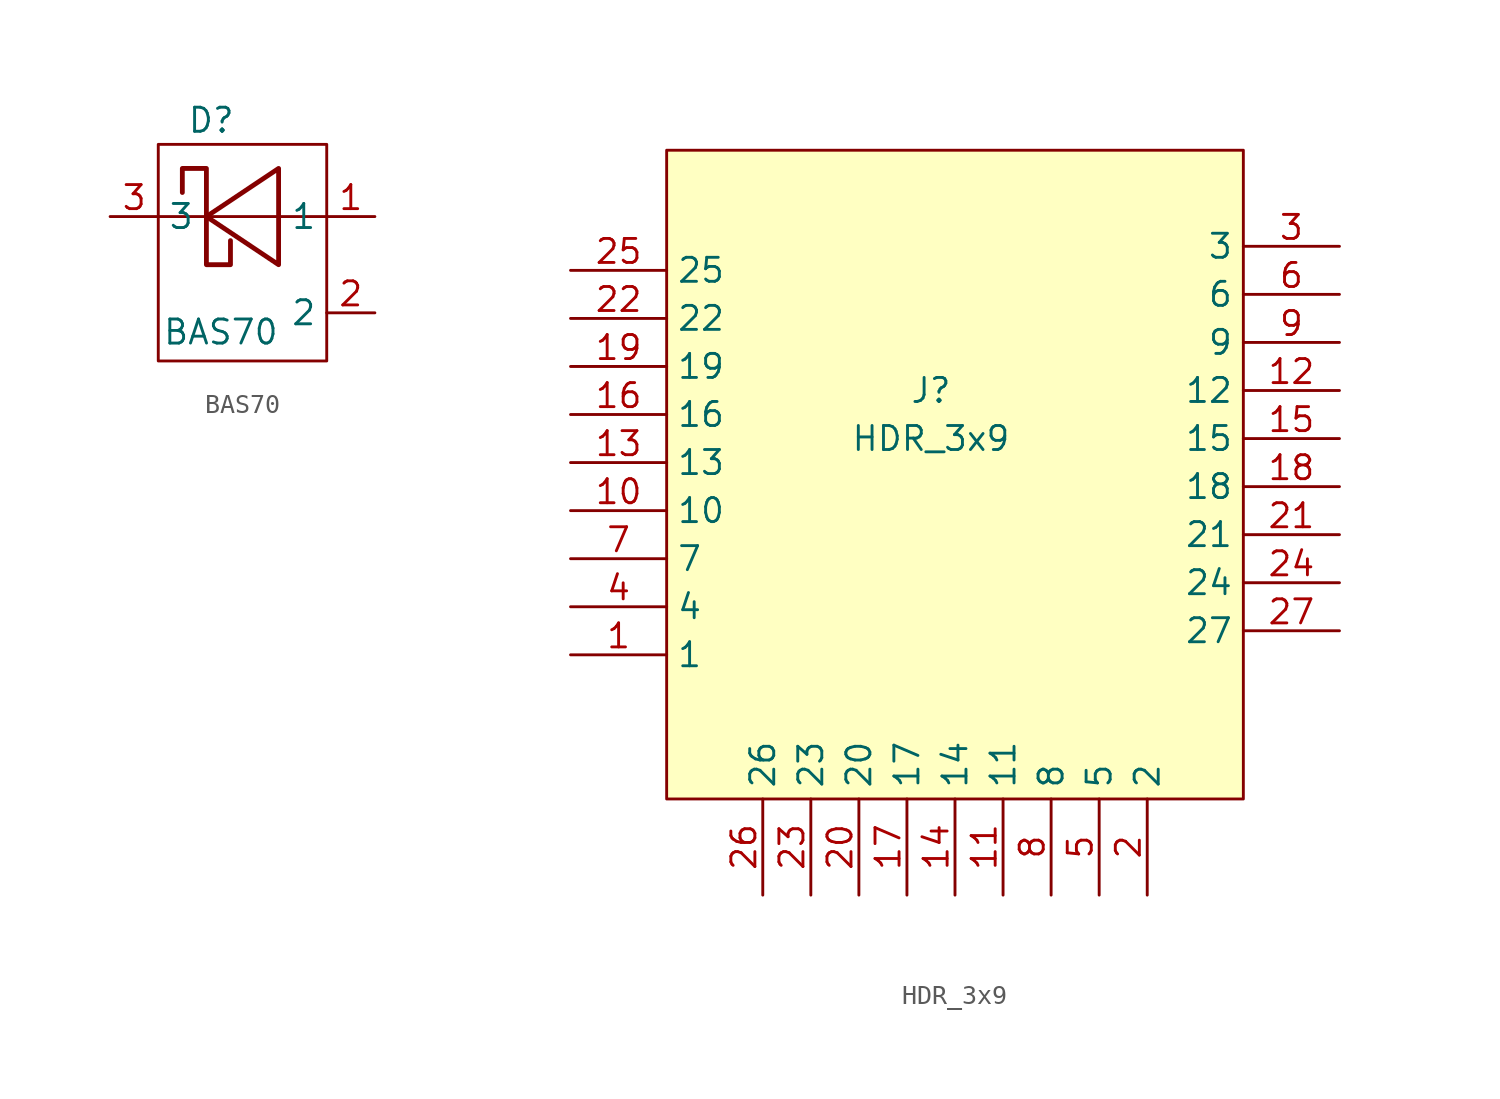
<source format=kicad_sym>
(kicad_symbol_lib
  (version 20231120)
  (generator "kicad_symbol_editor")
  (generator_version "8.0")
  (symbol "BAS70"
    (property "Reference" "D"
      (at 0.254 6.35 0)
      (effects (font (size 1.27 1.27))))
    (property "Value" "BAS70"
      (at 0.762 -4.826 0)
      (effects (font (size 1.27 1.27))))
    (symbol "BAS70_0_1"
      (rectangle (start -2.54 5.08) (end 6.35 -6.35) (stroke (width 0) (type default)) (fill (type none)))
      (polyline (pts (xy -2.54 1.27) (xy 6.35 1.27)) (stroke (width 0) (type default)) (fill (type none)))
      (polyline (pts (xy 3.81 3.81) (xy 3.81 -1.27) (xy 0 1.27) (xy 3.81 3.81)) (stroke (width 0.254) (type default)) (fill (type none)))
      (polyline (pts (xy -1.27 2.54) (xy -1.27 3.81) (xy 0 3.81) (xy 0 -1.27) (xy 1.27 -1.27) (xy 1.27 0)) (stroke (width 0.254) (type default)) (fill (type none))))
    (symbol "BAS70_1_1"
      (pin input line (at 8.89 1.27 180) (length 2.54) (name "1" (effects (font (size 1.27 1.27)))) (number "1" (effects (font (size 1.27 1.27)))))
      (pin input line (at 8.89 -3.81 180) (length 2.54) (name "2" (effects (font (size 1.27 1.27)))) (number "2" (effects (font (size 1.27 1.27)))))
      (pin input line (at -5.08 1.27 0) (length 2.54) (name "3" (effects (font (size 1.27 1.27)))) (number "3" (effects (font (size 1.27 1.27)))))))
  (symbol "HDR_3x9"
    (property "Reference" "J"
      (at 0 0 0)
      (effects (font (size 1.27 1.27))))
    (property "Value" "HDR_3x9"
      (at 0 -2.54 0)
      (effects (font (size 1.27 1.27))))
    (symbol "HDR_3x9_1_1"
      (rectangle (start -13.97 12.7) (end 16.51 -21.59) (stroke (width 0) (type default)) (fill (type background)))
      (pin input line (at -19.05 -13.97 0) (length 5.08) (name "1" (effects (font (size 1.27 1.27)))) (number "1" (effects (font (size 1.27 1.27)))))
      (pin input line (at -19.05 -6.35 0) (length 5.08) (name "10" (effects (font (size 1.27 1.27)))) (number "10" (effects (font (size 1.27 1.27)))))
      (pin input line (at 3.81 -26.67 90) (length 5.08) (name "11" (effects (font (size 1.27 1.27)))) (number "11" (effects (font (size 1.27 1.27)))))
      (pin input line (at 21.59 0 180) (length 5.08) (name "12" (effects (font (size 1.27 1.27)))) (number "12" (effects (font (size 1.27 1.27)))))
      (pin input line (at -19.05 -3.81 0) (length 5.08) (name "13" (effects (font (size 1.27 1.27)))) (number "13" (effects (font (size 1.27 1.27)))))
      (pin input line (at 1.27 -26.67 90) (length 5.08) (name "14" (effects (font (size 1.27 1.27)))) (number "14" (effects (font (size 1.27 1.27)))))
      (pin input line (at 21.59 -2.54 180) (length 5.08) (name "15" (effects (font (size 1.27 1.27)))) (number "15" (effects (font (size 1.27 1.27)))))
      (pin input line (at -19.05 -1.27 0) (length 5.08) (name "16" (effects (font (size 1.27 1.27)))) (number "16" (effects (font (size 1.27 1.27)))))
      (pin input line (at -1.27 -26.67 90) (length 5.08) (name "17" (effects (font (size 1.27 1.27)))) (number "17" (effects (font (size 1.27 1.27)))))
      (pin input line (at 21.59 -5.08 180) (length 5.08) (name "18" (effects (font (size 1.27 1.27)))) (number "18" (effects (font (size 1.27 1.27)))))
      (pin input line (at -19.05 1.27 0) (length 5.08) (name "19" (effects (font (size 1.27 1.27)))) (number "19" (effects (font (size 1.27 1.27)))))
      (pin input line (at 11.43 -26.67 90) (length 5.08) (name "2" (effects (font (size 1.27 1.27)))) (number "2" (effects (font (size 1.27 1.27)))))
      (pin input line (at -3.81 -26.67 90) (length 5.08) (name "20" (effects (font (size 1.27 1.27)))) (number "20" (effects (font (size 1.27 1.27)))))
      (pin input line (at 21.59 -7.62 180) (length 5.08) (name "21" (effects (font (size 1.27 1.27)))) (number "21" (effects (font (size 1.27 1.27)))))
      (pin input line (at -19.05 3.81 0) (length 5.08) (name "22" (effects (font (size 1.27 1.27)))) (number "22" (effects (font (size 1.27 1.27)))))
      (pin input line (at -6.35 -26.67 90) (length 5.08) (name "23" (effects (font (size 1.27 1.27)))) (number "23" (effects (font (size 1.27 1.27)))))
      (pin input line (at 21.59 -10.16 180) (length 5.08) (name "24" (effects (font (size 1.27 1.27)))) (number "24" (effects (font (size 1.27 1.27)))))
      (pin input line (at -19.05 6.35 0) (length 5.08) (name "25" (effects (font (size 1.27 1.27)))) (number "25" (effects (font (size 1.27 1.27)))))
      (pin input line (at -8.89 -26.67 90) (length 5.08) (name "26" (effects (font (size 1.27 1.27)))) (number "26" (effects (font (size 1.27 1.27)))))
      (pin input line (at 21.59 -12.7 180) (length 5.08) (name "27" (effects (font (size 1.27 1.27)))) (number "27" (effects (font (size 1.27 1.27)))))
      (pin input line (at 21.59 7.62 180) (length 5.08) (name "3" (effects (font (size 1.27 1.27)))) (number "3" (effects (font (size 1.27 1.27)))))
      (pin input line (at -19.05 -11.43 0) (length 5.08) (name "4" (effects (font (size 1.27 1.27)))) (number "4" (effects (font (size 1.27 1.27)))))
      (pin input line (at 8.89 -26.67 90) (length 5.08) (name "5" (effects (font (size 1.27 1.27)))) (number "5" (effects (font (size 1.27 1.27)))))
      (pin input line (at 21.59 5.08 180) (length 5.08) (name "6" (effects (font (size 1.27 1.27)))) (number "6" (effects (font (size 1.27 1.27)))))
      (pin input line (at -19.05 -8.89 0) (length 5.08) (name "7" (effects (font (size 1.27 1.27)))) (number "7" (effects (font (size 1.27 1.27)))))
      (pin input line (at 6.35 -26.67 90) (length 5.08) (name "8" (effects (font (size 1.27 1.27)))) (number "8" (effects (font (size 1.27 1.27)))))
      (pin input line (at 21.59 2.54 180) (length 5.08) (name "9" (effects (font (size 1.27 1.27)))) (number "9" (effects (font (size 1.27 1.27))))))))
</source>
